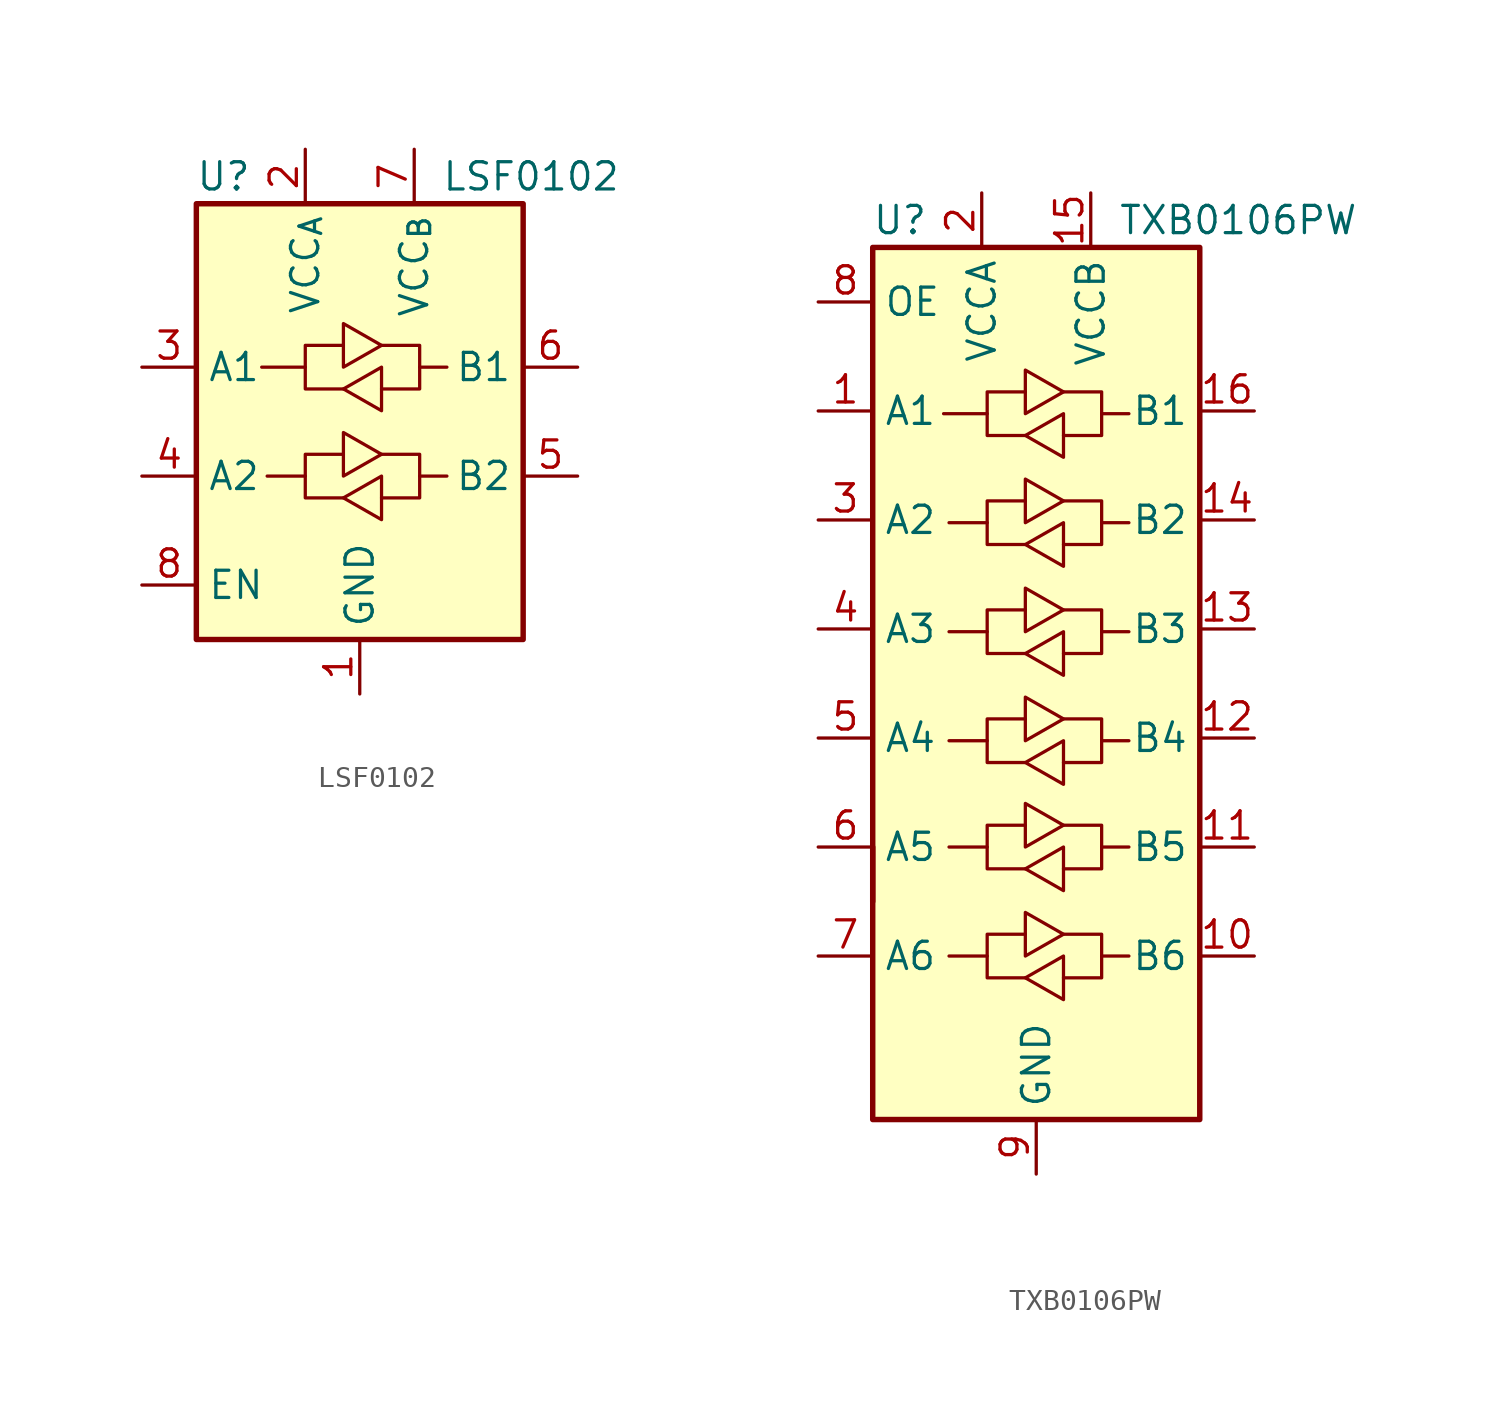
<source format=kicad_sym>
(kicad_symbol_lib
  (version 20220914)
  (generator kicad_symbol_editor)
  (symbol "LSF0102"
    (property "Reference" "U"
      (at -6.35 11.43 0)
      (effects (font (size 1.27 1.27))))
    (property "Value" "LSF0102"
      (at 3.81 11.43 0)
      (effects (font (size 1.27 1.27)) (justify left)))
    (symbol "LSF0102_0_1"
      (rectangle (start -7.62 10.16) (end 7.62 -10.16) (stroke (width 0.254) (type default)) (fill (type background)))
      (polyline (pts (xy -2.54 -2.54) (xy -2.54 -1.524) (xy -0.762 -1.524)) (stroke (width 0) (type default)) (fill (type none)))
      (polyline (pts (xy -2.54 2.54) (xy -2.54 3.556) (xy -0.762 3.556)) (stroke (width 0) (type default)) (fill (type none)))
      (polyline (pts (xy 2.794 -2.54) (xy 2.794 -3.556) (xy 1.016 -3.556)) (stroke (width 0) (type default)) (fill (type none)))
      (polyline (pts (xy 2.794 2.54) (xy 2.794 1.524) (xy 1.016 1.524)) (stroke (width 0) (type default)) (fill (type none)))
      (polyline (pts (xy -0.762 -3.556) (xy -2.54 -3.556) (xy -2.54 -2.54) (xy -4.318 -2.54)) (stroke (width 0) (type default)) (fill (type none)))
      (polyline (pts (xy -0.762 -2.54) (xy -0.762 -0.508) (xy 1.016 -1.524) (xy -0.762 -2.54)) (stroke (width 0) (type default)) (fill (type background)))
      (polyline (pts (xy -0.762 1.524) (xy -2.54 1.524) (xy -2.54 2.54) (xy -4.572 2.54)) (stroke (width 0) (type default)) (fill (type none)))
      (polyline (pts (xy -0.762 2.54) (xy -0.762 4.572) (xy 1.016 3.556) (xy -0.762 2.54)) (stroke (width 0) (type default)) (fill (type none)))
      (polyline (pts (xy 1.016 -2.54) (xy 1.016 -4.572) (xy -0.762 -3.556) (xy 1.016 -2.54)) (stroke (width 0) (type default)) (fill (type none)))
      (polyline (pts (xy 1.016 -1.524) (xy 2.794 -1.524) (xy 2.794 -2.54) (xy 4.064 -2.54)) (stroke (width 0) (type default)) (fill (type none)))
      (polyline (pts (xy 1.016 3.556) (xy 2.794 3.556) (xy 2.794 2.54) (xy 4.064 2.54)) (stroke (width 0) (type default)) (fill (type none)))
      (polyline (pts (xy 1.016 2.54) (xy 1.016 0.762) (xy 1.016 0.508) (xy -0.762 1.524) (xy 1.016 2.54)) (stroke (width 0) (type default)) (fill (type none))))
    (symbol "LSF0102_1_1"
      (pin power_in line (at 0 -12.7 90) (length 2.54) (name "GND" (effects (font (size 1.27 1.27)))) (number "1" (effects (font (size 1.27 1.27)))))
      (pin power_in line (at -2.54 12.7 270) (length 2.54) (name "VCC_{A}" (effects (font (size 1.27 1.27)))) (number "2" (effects (font (size 1.27 1.27)))))
      (pin bidirectional line (at -10.16 2.54 0) (length 2.54) (name "A1" (effects (font (size 1.27 1.27)))) (number "3" (effects (font (size 1.27 1.27)))))
      (pin bidirectional line (at -10.16 -2.54 0) (length 2.54) (name "A2" (effects (font (size 1.27 1.27)))) (number "4" (effects (font (size 1.27 1.27)))))
      (pin bidirectional line (at 10.16 -2.54 180) (length 2.54) (name "B2" (effects (font (size 1.27 1.27)))) (number "5" (effects (font (size 1.27 1.27)))))
      (pin bidirectional line (at 10.16 2.54 180) (length 2.54) (name "B1" (effects (font (size 1.27 1.27)))) (number "6" (effects (font (size 1.27 1.27)))))
      (pin power_in line (at 2.54 12.7 270) (length 2.54) (name "VCC_{B}" (effects (font (size 1.27 1.27)))) (number "7" (effects (font (size 1.27 1.27)))))
      (pin input line (at -10.16 -7.62 0) (length 2.54) (name "EN" (effects (font (size 1.27 1.27)))) (number "8" (effects (font (size 1.27 1.27)))))))
  (symbol "TXB0106PW"
    (property "Reference" "U"
      (at -6.35 16.51 0)
      (effects (font (size 1.27 1.27))))
    (property "Value" "TXB0106PW"
      (at 3.81 16.51 0)
      (effects (font (size 1.27 1.27)) (justify left)))
    (symbol "TXB0106PW_0_1"
      (rectangle (start -7.62 -15.24) (end -7.62 -12.7) (stroke (width 0.254) (type default)) (fill (type none)))
      (rectangle (start -7.62 15.24) (end 7.62 -25.4) (stroke (width 0.254) (type default)) (fill (type background)))
      (polyline (pts (xy -2.286 -17.78) (xy -2.286 -16.764) (xy -0.508 -16.764)) (stroke (width 0) (type default)) (fill (type none)))
      (polyline (pts (xy -2.286 -12.7) (xy -2.286 -11.684) (xy -0.508 -11.684)) (stroke (width 0) (type default)) (fill (type none)))
      (polyline (pts (xy -2.286 -7.747) (xy -2.286 -6.731) (xy -0.508 -6.731)) (stroke (width 0) (type default)) (fill (type none)))
      (polyline (pts (xy -2.286 -2.667) (xy -2.286 -1.651) (xy -0.508 -1.651)) (stroke (width 0) (type default)) (fill (type none)))
      (polyline (pts (xy -2.286 2.413) (xy -2.286 3.429) (xy -0.508 3.429)) (stroke (width 0) (type default)) (fill (type none)))
      (polyline (pts (xy -2.286 7.493) (xy -2.286 8.509) (xy -0.508 8.509)) (stroke (width 0) (type default)) (fill (type none)))
      (polyline (pts (xy 3.048 -17.78) (xy 3.048 -18.796) (xy 1.27 -18.796)) (stroke (width 0) (type default)) (fill (type none)))
      (polyline (pts (xy 3.048 -12.7) (xy 3.048 -13.716) (xy 1.27 -13.716)) (stroke (width 0) (type default)) (fill (type none)))
      (polyline (pts (xy 3.048 -7.747) (xy 3.048 -8.763) (xy 1.27 -8.763)) (stroke (width 0) (type default)) (fill (type none)))
      (polyline (pts (xy 3.048 -2.667) (xy 3.048 -3.683) (xy 1.27 -3.683)) (stroke (width 0) (type default)) (fill (type none)))
      (polyline (pts (xy 3.048 2.413) (xy 3.048 1.397) (xy 1.27 1.397)) (stroke (width 0) (type default)) (fill (type none)))
      (polyline (pts (xy 3.048 7.493) (xy 3.048 6.477) (xy 1.27 6.477)) (stroke (width 0) (type default)) (fill (type none)))
      (polyline (pts (xy -0.508 -18.796) (xy -2.286 -18.796) (xy -2.286 -17.78) (xy -4.064 -17.78)) (stroke (width 0) (type default)) (fill (type none)))
      (polyline (pts (xy -0.508 -18.796) (xy 1.27 -17.78) (xy 1.27 -19.812) (xy -0.508 -18.796)) (stroke (width 0) (type default)) (fill (type none)))
      (polyline (pts (xy -0.508 -13.716) (xy -2.286 -13.716) (xy -2.286 -12.7) (xy -4.064 -12.7)) (stroke (width 0) (type default)) (fill (type none)))
      (polyline (pts (xy -0.508 -13.716) (xy 1.27 -12.7) (xy 1.27 -14.732) (xy -0.508 -13.716)) (stroke (width 0) (type default)) (fill (type none)))
      (polyline (pts (xy -0.508 -8.763) (xy -2.286 -8.763) (xy -2.286 -7.747) (xy -4.064 -7.747)) (stroke (width 0) (type default)) (fill (type none)))
      (polyline (pts (xy -0.508 -8.763) (xy 1.27 -7.747) (xy 1.27 -9.779) (xy -0.508 -8.763)) (stroke (width 0) (type default)) (fill (type none)))
      (polyline (pts (xy -0.508 -3.683) (xy -2.286 -3.683) (xy -2.286 -2.667) (xy -4.064 -2.667)) (stroke (width 0) (type default)) (fill (type none)))
      (polyline (pts (xy -0.508 -3.683) (xy 1.27 -2.667) (xy 1.27 -4.699) (xy -0.508 -3.683)) (stroke (width 0) (type default)) (fill (type none)))
      (polyline (pts (xy -0.508 1.397) (xy -2.286 1.397) (xy -2.286 2.413) (xy -4.064 2.413)) (stroke (width 0) (type default)) (fill (type none)))
      (polyline (pts (xy -0.508 1.397) (xy 1.27 2.413) (xy 1.27 0.381) (xy -0.508 1.397)) (stroke (width 0) (type default)) (fill (type none)))
      (polyline (pts (xy -0.508 6.477) (xy -2.286 6.477) (xy -2.286 7.493) (xy -4.318 7.493)) (stroke (width 0) (type default)) (fill (type none)))
      (polyline (pts (xy -0.508 6.477) (xy 1.27 7.493) (xy 1.27 5.461) (xy -0.508 6.477)) (stroke (width 0) (type default)) (fill (type none)))
      (polyline (pts (xy 1.27 -16.764) (xy -0.508 -17.78) (xy -0.508 -15.748) (xy 1.27 -16.764)) (stroke (width 0) (type default)) (fill (type none)))
      (polyline (pts (xy 1.27 -16.764) (xy 3.048 -16.764) (xy 3.048 -17.78) (xy 4.318 -17.78)) (stroke (width 0) (type default)) (fill (type none)))
      (polyline (pts (xy 1.27 -11.684) (xy -0.508 -12.7) (xy -0.508 -10.668) (xy 1.27 -11.684)) (stroke (width 0) (type default)) (fill (type none)))
      (polyline (pts (xy 1.27 -11.684) (xy 3.048 -11.684) (xy 3.048 -12.7) (xy 4.318 -12.7)) (stroke (width 0) (type default)) (fill (type none)))
      (polyline (pts (xy 1.27 -6.731) (xy -0.508 -7.747) (xy -0.508 -5.715) (xy 1.27 -6.731)) (stroke (width 0) (type default)) (fill (type none)))
      (polyline (pts (xy 1.27 -6.731) (xy 3.048 -6.731) (xy 3.048 -7.747) (xy 4.318 -7.747)) (stroke (width 0) (type default)) (fill (type none)))
      (polyline (pts (xy 1.27 -1.651) (xy -0.508 -2.667) (xy -0.508 -0.635) (xy 1.27 -1.651)) (stroke (width 0) (type default)) (fill (type none)))
      (polyline (pts (xy 1.27 -1.651) (xy 3.048 -1.651) (xy 3.048 -2.667) (xy 4.318 -2.667)) (stroke (width 0) (type default)) (fill (type none)))
      (polyline (pts (xy 1.27 3.429) (xy -0.508 2.413) (xy -0.508 4.445) (xy 1.27 3.429)) (stroke (width 0) (type default)) (fill (type none)))
      (polyline (pts (xy 1.27 3.429) (xy 3.048 3.429) (xy 3.048 2.413) (xy 4.318 2.413)) (stroke (width 0) (type default)) (fill (type none)))
      (polyline (pts (xy 1.27 8.509) (xy -0.508 7.493) (xy -0.508 9.525) (xy 1.27 8.509)) (stroke (width 0) (type default)) (fill (type none)))
      (polyline (pts (xy 1.27 8.509) (xy 3.048 8.509) (xy 3.048 7.493) (xy 4.318 7.493)) (stroke (width 0) (type default)) (fill (type none))))
    (symbol "TXB0106PW_1_1"
      (pin bidirectional line (at -10.16 7.62 0) (length 2.54) (name "A1" (effects (font (size 1.27 1.27)))) (number "1" (effects (font (size 1.27 1.27)))))
      (pin bidirectional line (at 10.16 -17.78 180) (length 2.54) (name "B6" (effects (font (size 1.27 1.27)))) (number "10" (effects (font (size 1.27 1.27)))))
      (pin bidirectional line (at 10.16 -12.7 180) (length 2.54) (name "B5" (effects (font (size 1.27 1.27)))) (number "11" (effects (font (size 1.27 1.27)))))
      (pin bidirectional line (at 10.16 -7.62 180) (length 2.54) (name "B4" (effects (font (size 1.27 1.27)))) (number "12" (effects (font (size 1.27 1.27)))))
      (pin bidirectional line (at 10.16 -2.54 180) (length 2.54) (name "B3" (effects (font (size 1.27 1.27)))) (number "13" (effects (font (size 1.27 1.27)))))
      (pin bidirectional line (at 10.16 2.54 180) (length 2.54) (name "B2" (effects (font (size 1.27 1.27)))) (number "14" (effects (font (size 1.27 1.27)))))
      (pin power_in line (at 2.54 17.78 270) (length 2.54) (name "VCCB" (effects (font (size 1.27 1.27)))) (number "15" (effects (font (size 1.27 1.27)))))
      (pin bidirectional line (at 10.16 7.62 180) (length 2.54) (name "B1" (effects (font (size 1.27 1.27)))) (number "16" (effects (font (size 1.27 1.27)))))
      (pin power_in line (at -2.54 17.78 270) (length 2.54) (name "VCCA" (effects (font (size 1.27 1.27)))) (number "2" (effects (font (size 1.27 1.27)))))
      (pin bidirectional line (at -10.16 2.54 0) (length 2.54) (name "A2" (effects (font (size 1.27 1.27)))) (number "3" (effects (font (size 1.27 1.27)))))
      (pin bidirectional line (at -10.16 -2.54 0) (length 2.54) (name "A3" (effects (font (size 1.27 1.27)))) (number "4" (effects (font (size 1.27 1.27)))))
      (pin bidirectional line (at -10.16 -7.62 0) (length 2.54) (name "A4" (effects (font (size 1.27 1.27)))) (number "5" (effects (font (size 1.27 1.27)))))
      (pin bidirectional line (at -10.16 -12.7 0) (length 2.54) (name "A5" (effects (font (size 1.27 1.27)))) (number "6" (effects (font (size 1.27 1.27)))))
      (pin bidirectional line (at -10.16 -17.78 0) (length 2.54) (name "A6" (effects (font (size 1.27 1.27)))) (number "7" (effects (font (size 1.27 1.27)))))
      (pin input line (at -10.16 12.7 0) (length 2.54) (name "OE" (effects (font (size 1.27 1.27)))) (number "8" (effects (font (size 1.27 1.27)))))
      (pin power_in line (at 0 -27.94 90) (length 2.54) (name "GND" (effects (font (size 1.27 1.27)))) (number "9" (effects (font (size 1.27 1.27))))))))
</source>
